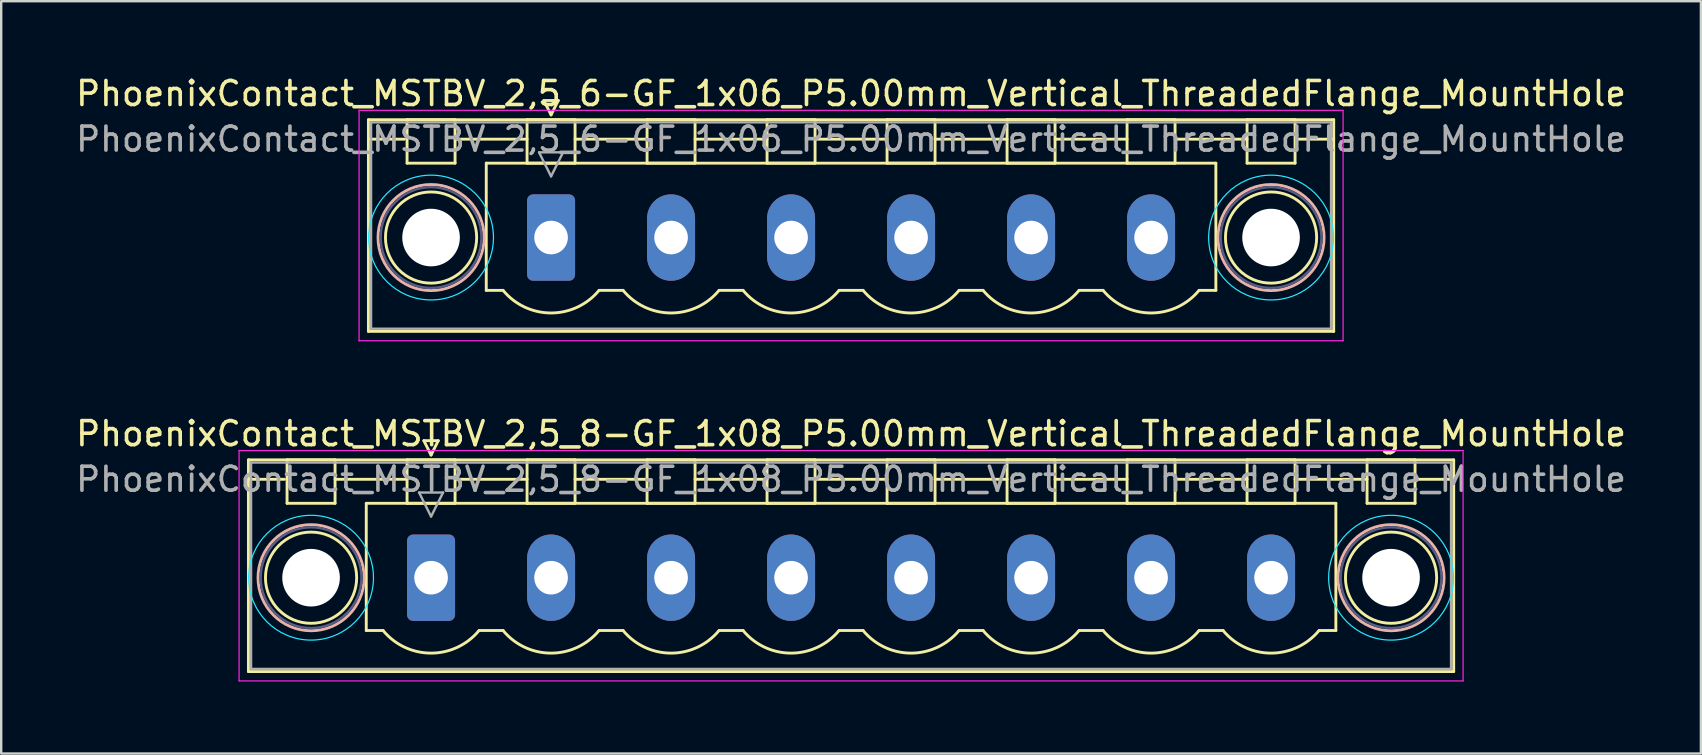
<source format=kicad_pcb>
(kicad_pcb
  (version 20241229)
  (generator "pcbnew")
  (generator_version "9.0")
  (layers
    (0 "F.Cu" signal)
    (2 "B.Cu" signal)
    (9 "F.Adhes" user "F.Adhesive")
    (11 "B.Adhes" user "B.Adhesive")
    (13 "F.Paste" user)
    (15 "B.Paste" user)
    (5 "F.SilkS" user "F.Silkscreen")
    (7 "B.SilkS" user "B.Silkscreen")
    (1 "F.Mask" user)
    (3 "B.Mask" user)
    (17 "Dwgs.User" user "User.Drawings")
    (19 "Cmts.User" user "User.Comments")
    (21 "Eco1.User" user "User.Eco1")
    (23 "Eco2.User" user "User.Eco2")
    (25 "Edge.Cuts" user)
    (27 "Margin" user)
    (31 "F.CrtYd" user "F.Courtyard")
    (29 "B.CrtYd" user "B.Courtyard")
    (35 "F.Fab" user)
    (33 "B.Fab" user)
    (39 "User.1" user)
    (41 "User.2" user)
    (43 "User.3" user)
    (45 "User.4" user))
  (footprint "PhoenixContact_MSTBV_2,5_6-GF_1x06_P5.00mm_Vertical_ThreadedFlange_MountHole"
    (layer "F.Cu")
    (at 19.911 6.848)
    (property "Reference" "PhoenixContact_MSTBV_2,5_6-GF_1x06_P5.00mm_Vertical_ThreadedFlange_MountHole" (at 12.5 -6 0) (layer "F.SilkS") (effects (font (size 1 1) (thickness 0.15))))
    (attr through_hole)
    (fp_line (start -7.61 -4.91) (end -7.61 3.91) (stroke (width 0.12) (type solid)) (layer "F.SilkS"))
    (fp_line (start -7.61 -4.1) (end -6.11 -4.1) (stroke (width 0.12) (type solid)) (layer "F.SilkS"))
    (fp_line (start -7.61 3.91) (end 32.61 3.91) (stroke (width 0.12) (type solid)) (layer "F.SilkS"))
    (fp_line (start -6 -4.91) (end -4 -4.91) (stroke (width 0.12) (type solid)) (layer "F.SilkS"))
    (fp_line (start -6 -3.1) (end -6 -4.91) (stroke (width 0.12) (type solid)) (layer "F.SilkS"))
    (fp_line (start -4 -4.91) (end -4 -3.1) (stroke (width 0.12) (type solid)) (layer "F.SilkS"))
    (fp_line (start -4 -4.1) (end -1 -4.1) (stroke (width 0.12) (type solid)) (layer "F.SilkS"))
    (fp_line (start -4 -3.1) (end -6 -3.1) (stroke (width 0.12) (type solid)) (layer "F.SilkS"))
    (fp_line (start -2.7 -3.1) (end 27.7 -3.1) (stroke (width 0.12) (type solid)) (layer "F.SilkS"))
    (fp_line (start -2.7 2.2) (end -2.7 -3.1) (stroke (width 0.12) (type solid)) (layer "F.SilkS"))
    (fp_line (start -2 2.2) (end -2.7 2.2) (stroke (width 0.12) (type solid)) (layer "F.SilkS"))
    (fp_line (start -1 -4.91) (end 1 -4.91) (stroke (width 0.12) (type solid)) (layer "F.SilkS"))
    (fp_line (start -1 -3.1) (end -1 -4.91) (stroke (width 0.12) (type solid)) (layer "F.SilkS"))
    (fp_line (start -0.3 -5.71) (end 0.3 -5.71) (stroke (width 0.12) (type solid)) (layer "F.SilkS"))
    (fp_line (start 0 -5.11) (end -0.3 -5.71) (stroke (width 0.12) (type solid)) (layer "F.SilkS"))
    (fp_line (start 0.3 -5.71) (end 0 -5.11) (stroke (width 0.12) (type solid)) (layer "F.SilkS"))
    (fp_line (start 1 -4.91) (end 1 -3.1) (stroke (width 0.12) (type solid)) (layer "F.SilkS"))
    (fp_line (start 1 -4.1) (end 4 -4.1) (stroke (width 0.12) (type solid)) (layer "F.SilkS"))
    (fp_line (start 1 -3.1) (end -1 -3.1) (stroke (width 0.12) (type solid)) (layer "F.SilkS"))
    (fp_line (start 2 2.2) (end 3 2.2) (stroke (width 0.12) (type solid)) (layer "F.SilkS"))
    (fp_line (start 4 -4.91) (end 6 -4.91) (stroke (width 0.12) (type solid)) (layer "F.SilkS"))
    (fp_line (start 4 -3.1) (end 4 -4.91) (stroke (width 0.12) (type solid)) (layer "F.SilkS"))
    (fp_line (start 6 -4.91) (end 6 -3.1) (stroke (width 0.12) (type solid)) (layer "F.SilkS"))
    (fp_line (start 6 -4.1) (end 9 -4.1) (stroke (width 0.12) (type solid)) (layer "F.SilkS"))
    (fp_line (start 6 -3.1) (end 4 -3.1) (stroke (width 0.12) (type solid)) (layer "F.SilkS"))
    (fp_line (start 7 2.2) (end 8 2.2) (stroke (width 0.12) (type solid)) (layer "F.SilkS"))
    (fp_line (start 9 -4.91) (end 11 -4.91) (stroke (width 0.12) (type solid)) (layer "F.SilkS"))
    (fp_line (start 9 -3.1) (end 9 -4.91) (stroke (width 0.12) (type solid)) (layer "F.SilkS"))
    (fp_line (start 11 -4.91) (end 11 -3.1) (stroke (width 0.12) (type solid)) (layer "F.SilkS"))
    (fp_line (start 11 -4.1) (end 14 -4.1) (stroke (width 0.12) (type solid)) (layer "F.SilkS"))
    (fp_line (start 11 -3.1) (end 9 -3.1) (stroke (width 0.12) (type solid)) (layer "F.SilkS"))
    (fp_line (start 12 2.2) (end 13 2.2) (stroke (width 0.12) (type solid)) (layer "F.SilkS"))
    (fp_line (start 14 -4.91) (end 16 -4.91) (stroke (width 0.12) (type solid)) (layer "F.SilkS"))
    (fp_line (start 14 -3.1) (end 14 -4.91) (stroke (width 0.12) (type solid)) (layer "F.SilkS"))
    (fp_line (start 16 -4.91) (end 16 -3.1) (stroke (width 0.12) (type solid)) (layer "F.SilkS"))
    (fp_line (start 16 -4.1) (end 19 -4.1) (stroke (width 0.12) (type solid)) (layer "F.SilkS"))
    (fp_line (start 16 -3.1) (end 14 -3.1) (stroke (width 0.12) (type solid)) (layer "F.SilkS"))
    (fp_line (start 17 2.2) (end 18 2.2) (stroke (width 0.12) (type solid)) (layer "F.SilkS"))
    (fp_line (start 19 -4.91) (end 21 -4.91) (stroke (width 0.12) (type solid)) (layer "F.SilkS"))
    (fp_line (start 19 -3.1) (end 19 -4.91) (stroke (width 0.12) (type solid)) (layer "F.SilkS"))
    (fp_line (start 21 -4.91) (end 21 -3.1) (stroke (width 0.12) (type solid)) (layer "F.SilkS"))
    (fp_line (start 21 -4.1) (end 24 -4.1) (stroke (width 0.12) (type solid)) (layer "F.SilkS"))
    (fp_line (start 21 -3.1) (end 19 -3.1) (stroke (width 0.12) (type solid)) (layer "F.SilkS"))
    (fp_line (start 22 2.2) (end 23 2.2) (stroke (width 0.12) (type solid)) (layer "F.SilkS"))
    (fp_line (start 24 -4.91) (end 26 -4.91) (stroke (width 0.12) (type solid)) (layer "F.SilkS"))
    (fp_line (start 24 -3.1) (end 24 -4.91) (stroke (width 0.12) (type solid)) (layer "F.SilkS"))
    (fp_line (start 26 -4.91) (end 26 -3.1) (stroke (width 0.12) (type solid)) (layer "F.SilkS"))
    (fp_line (start 26 -4.1) (end 29 -4.1) (stroke (width 0.12) (type solid)) (layer "F.SilkS"))
    (fp_line (start 26 -3.1) (end 24 -3.1) (stroke (width 0.12) (type solid)) (layer "F.SilkS"))
    (fp_line (start 27.7 -3.1) (end 27.7 2.2) (stroke (width 0.12) (type solid)) (layer "F.SilkS"))
    (fp_line (start 27.7 2.2) (end 27 2.2) (stroke (width 0.12) (type solid)) (layer "F.SilkS"))
    (fp_line (start 29 -4.91) (end 31 -4.91) (stroke (width 0.12) (type solid)) (layer "F.SilkS"))
    (fp_line (start 29 -3.1) (end 29 -4.91) (stroke (width 0.12) (type solid)) (layer "F.SilkS"))
    (fp_line (start 31 -4.91) (end 31 -3.1) (stroke (width 0.12) (type solid)) (layer "F.SilkS"))
    (fp_line (start 31 -3.1) (end 29 -3.1) (stroke (width 0.12) (type solid)) (layer "F.SilkS"))
    (fp_line (start 32.61 -4.91) (end -7.61 -4.91) (stroke (width 0.12) (type solid)) (layer "F.SilkS"))
    (fp_line (start 32.61 -4.1) (end 31.11 -4.1) (stroke (width 0.12) (type solid)) (layer "F.SilkS"))
    (fp_line (start 32.61 3.91) (end 32.61 -4.91) (stroke (width 0.12) (type solid)) (layer "F.SilkS"))
    (fp_arc (start 1.986842 2.215821) (mid -0.010289 3.142758) (end -2 2.2) (stroke (width 0.12) (type solid)) (layer "F.SilkS"))
    (fp_arc (start 6.986842 2.215821) (mid 4.989711 3.142758) (end 3 2.2) (stroke (width 0.12) (type solid)) (layer "F.SilkS"))
    (fp_arc (start 11.986842 2.215821) (mid 9.989711 3.142758) (end 8 2.2) (stroke (width 0.12) (type solid)) (layer "F.SilkS"))
    (fp_arc (start 16.986842 2.215821) (mid 14.989711 3.142758) (end 13 2.2) (stroke (width 0.12) (type solid)) (layer "F.SilkS"))
    (fp_arc (start 21.986842 2.215821) (mid 19.989711 3.142758) (end 18 2.2) (stroke (width 0.12) (type solid)) (layer "F.SilkS"))
    (fp_arc (start 26.986842 2.215821) (mid 24.989711 3.142758) (end 23 2.2) (stroke (width 0.12) (type solid)) (layer "F.SilkS"))
    (fp_circle (center -5 0) (end -3.1 0) (stroke (width 0.12) (type solid)) (fill no) (layer "F.SilkS"))
    (fp_circle (center 30 0) (end 31.9 0) (stroke (width 0.12) (type solid)) (fill no) (layer "F.SilkS"))
    (fp_circle (center -5 0) (end -2.79 0) (stroke (width 0.12) (type solid)) (fill no) (layer "B.SilkS"))
    (fp_circle (center 30 0) (end 32.21 0) (stroke (width 0.12) (type solid)) (fill no) (layer "B.SilkS"))
    (fp_circle (center -5 0) (end -2.4 0) (stroke (width 0.05) (type solid)) (fill no) (layer "B.CrtYd"))
    (fp_circle (center 30 0) (end 32.6 0) (stroke (width 0.05) (type solid)) (fill no) (layer "B.CrtYd"))
    (fp_line (start -8 -5.3) (end -8 4.3) (stroke (width 0.05) (type solid)) (layer "F.CrtYd"))
    (fp_line (start -8 4.3) (end 33 4.3) (stroke (width 0.05) (type solid)) (layer "F.CrtYd"))
    (fp_line (start 33 -5.3) (end -8 -5.3) (stroke (width 0.05) (type solid)) (layer "F.CrtYd"))
    (fp_line (start 33 4.3) (end 33 -5.3) (stroke (width 0.05) (type solid)) (layer "F.CrtYd"))
    (fp_circle (center -5 0) (end -2.9 0) (stroke (width 0.1) (type solid)) (fill no) (layer "B.Fab"))
    (fp_circle (center 30 0) (end 32.1 0) (stroke (width 0.1) (type solid)) (fill no) (layer "B.Fab"))
    (fp_line (start -7.5 -4.8) (end -7.5 3.8) (stroke (width 0.1) (type solid)) (layer "F.Fab"))
    (fp_line (start -7.5 3.8) (end 32.5 3.8) (stroke (width 0.1) (type solid)) (layer "F.Fab"))
    (fp_line (start -0.5 -3.55) (end 0.5 -3.55) (stroke (width 0.1) (type solid)) (layer "F.Fab"))
    (fp_line (start 0 -2.55) (end -0.5 -3.55) (stroke (width 0.1) (type solid)) (layer "F.Fab"))
    (fp_line (start 0.5 -3.55) (end 0 -2.55) (stroke (width 0.1) (type solid)) (layer "F.Fab"))
    (fp_line (start 32.5 -4.8) (end -7.5 -4.8) (stroke (width 0.1) (type solid)) (layer "F.Fab"))
    (fp_line (start 32.5 3.8) (end 32.5 -4.8) (stroke (width 0.1) (type solid)) (layer "F.Fab"))
    (fp_text user "${REFERENCE}" (at 12.5 -4.1 0) (layer "F.Fab") (effects (font (size 1 1) (thickness 0.15))))
    (pad "" np_thru_hole circle (at -5 0) (size 2.4 2.4) (drill 2.4) (layers "*.Cu" "*.Mask"))
    (pad "" np_thru_hole circle (at 30 0) (size 2.4 2.4) (drill 2.4) (layers "*.Cu" "*.Mask"))
    (pad "1" thru_hole roundrect (at 0 0) (size 2 3.6) (drill 1.4) (layers "*.Cu" "*.Mask") (roundrect_rratio 0.125))
    (pad "2" thru_hole oval (at 5 0) (size 2 3.6) (drill 1.4) (layers "*.Cu" "*.Mask"))
    (pad "3" thru_hole oval (at 10 0) (size 2 3.6) (drill 1.4) (layers "*.Cu" "*.Mask"))
    (pad "4" thru_hole oval (at 15 0) (size 2 3.6) (drill 1.4) (layers "*.Cu" "*.Mask"))
    (pad "5" thru_hole oval (at 20 0) (size 2 3.6) (drill 1.4) (layers "*.Cu" "*.Mask"))
    (pad "6" thru_hole oval (at 25 0) (size 2 3.6) (drill 1.4) (layers "*.Cu" "*.Mask")))
  (footprint "PhoenixContact_MSTBV_2,5_8-GF_1x08_P5.00mm_Vertical_ThreadedFlange_MountHole"
    (layer "F.Cu")
    (at 14.911 21.021)
    (property "Reference" "PhoenixContact_MSTBV_2,5_8-GF_1x08_P5.00mm_Vertical_ThreadedFlange_MountHole" (at 17.5 -6 0) (layer "F.SilkS") (effects (font (size 1 1) (thickness 0.15))))
    (attr through_hole)
    (fp_line (start -7.61 -4.91) (end -7.61 3.91) (stroke (width 0.12) (type solid)) (layer "F.SilkS"))
    (fp_line (start -7.61 -4.1) (end -6.11 -4.1) (stroke (width 0.12) (type solid)) (layer "F.SilkS"))
    (fp_line (start -7.61 3.91) (end 42.61 3.91) (stroke (width 0.12) (type solid)) (layer "F.SilkS"))
    (fp_line (start -6 -4.91) (end -4 -4.91) (stroke (width 0.12) (type solid)) (layer "F.SilkS"))
    (fp_line (start -6 -3.1) (end -6 -4.91) (stroke (width 0.12) (type solid)) (layer "F.SilkS"))
    (fp_line (start -4 -4.91) (end -4 -3.1) (stroke (width 0.12) (type solid)) (layer "F.SilkS"))
    (fp_line (start -4 -4.1) (end -1 -4.1) (stroke (width 0.12) (type solid)) (layer "F.SilkS"))
    (fp_line (start -4 -3.1) (end -6 -3.1) (stroke (width 0.12) (type solid)) (layer "F.SilkS"))
    (fp_line (start -2.7 -3.1) (end 37.7 -3.1) (stroke (width 0.12) (type solid)) (layer "F.SilkS"))
    (fp_line (start -2.7 2.2) (end -2.7 -3.1) (stroke (width 0.12) (type solid)) (layer "F.SilkS"))
    (fp_line (start -2 2.2) (end -2.7 2.2) (stroke (width 0.12) (type solid)) (layer "F.SilkS"))
    (fp_line (start -1 -4.91) (end 1 -4.91) (stroke (width 0.12) (type solid)) (layer "F.SilkS"))
    (fp_line (start -1 -3.1) (end -1 -4.91) (stroke (width 0.12) (type solid)) (layer "F.SilkS"))
    (fp_line (start -0.3 -5.71) (end 0.3 -5.71) (stroke (width 0.12) (type solid)) (layer "F.SilkS"))
    (fp_line (start 0 -5.11) (end -0.3 -5.71) (stroke (width 0.12) (type solid)) (layer "F.SilkS"))
    (fp_line (start 0.3 -5.71) (end 0 -5.11) (stroke (width 0.12) (type solid)) (layer "F.SilkS"))
    (fp_line (start 1 -4.91) (end 1 -3.1) (stroke (width 0.12) (type solid)) (layer "F.SilkS"))
    (fp_line (start 1 -4.1) (end 4 -4.1) (stroke (width 0.12) (type solid)) (layer "F.SilkS"))
    (fp_line (start 1 -3.1) (end -1 -3.1) (stroke (width 0.12) (type solid)) (layer "F.SilkS"))
    (fp_line (start 2 2.2) (end 3 2.2) (stroke (width 0.12) (type solid)) (layer "F.SilkS"))
    (fp_line (start 4 -4.91) (end 6 -4.91) (stroke (width 0.12) (type solid)) (layer "F.SilkS"))
    (fp_line (start 4 -3.1) (end 4 -4.91) (stroke (width 0.12) (type solid)) (layer "F.SilkS"))
    (fp_line (start 6 -4.91) (end 6 -3.1) (stroke (width 0.12) (type solid)) (layer "F.SilkS"))
    (fp_line (start 6 -4.1) (end 9 -4.1) (stroke (width 0.12) (type solid)) (layer "F.SilkS"))
    (fp_line (start 6 -3.1) (end 4 -3.1) (stroke (width 0.12) (type solid)) (layer "F.SilkS"))
    (fp_line (start 7 2.2) (end 8 2.2) (stroke (width 0.12) (type solid)) (layer "F.SilkS"))
    (fp_line (start 9 -4.91) (end 11 -4.91) (stroke (width 0.12) (type solid)) (layer "F.SilkS"))
    (fp_line (start 9 -3.1) (end 9 -4.91) (stroke (width 0.12) (type solid)) (layer "F.SilkS"))
    (fp_line (start 11 -4.91) (end 11 -3.1) (stroke (width 0.12) (type solid)) (layer "F.SilkS"))
    (fp_line (start 11 -4.1) (end 14 -4.1) (stroke (width 0.12) (type solid)) (layer "F.SilkS"))
    (fp_line (start 11 -3.1) (end 9 -3.1) (stroke (width 0.12) (type solid)) (layer "F.SilkS"))
    (fp_line (start 12 2.2) (end 13 2.2) (stroke (width 0.12) (type solid)) (layer "F.SilkS"))
    (fp_line (start 14 -4.91) (end 16 -4.91) (stroke (width 0.12) (type solid)) (layer "F.SilkS"))
    (fp_line (start 14 -3.1) (end 14 -4.91) (stroke (width 0.12) (type solid)) (layer "F.SilkS"))
    (fp_line (start 16 -4.91) (end 16 -3.1) (stroke (width 0.12) (type solid)) (layer "F.SilkS"))
    (fp_line (start 16 -4.1) (end 19 -4.1) (stroke (width 0.12) (type solid)) (layer "F.SilkS"))
    (fp_line (start 16 -3.1) (end 14 -3.1) (stroke (width 0.12) (type solid)) (layer "F.SilkS"))
    (fp_line (start 17 2.2) (end 18 2.2) (stroke (width 0.12) (type solid)) (layer "F.SilkS"))
    (fp_line (start 19 -4.91) (end 21 -4.91) (stroke (width 0.12) (type solid)) (layer "F.SilkS"))
    (fp_line (start 19 -3.1) (end 19 -4.91) (stroke (width 0.12) (type solid)) (layer "F.SilkS"))
    (fp_line (start 21 -4.91) (end 21 -3.1) (stroke (width 0.12) (type solid)) (layer "F.SilkS"))
    (fp_line (start 21 -4.1) (end 24 -4.1) (stroke (width 0.12) (type solid)) (layer "F.SilkS"))
    (fp_line (start 21 -3.1) (end 19 -3.1) (stroke (width 0.12) (type solid)) (layer "F.SilkS"))
    (fp_line (start 22 2.2) (end 23 2.2) (stroke (width 0.12) (type solid)) (layer "F.SilkS"))
    (fp_line (start 24 -4.91) (end 26 -4.91) (stroke (width 0.12) (type solid)) (layer "F.SilkS"))
    (fp_line (start 24 -3.1) (end 24 -4.91) (stroke (width 0.12) (type solid)) (layer "F.SilkS"))
    (fp_line (start 26 -4.91) (end 26 -3.1) (stroke (width 0.12) (type solid)) (layer "F.SilkS"))
    (fp_line (start 26 -4.1) (end 29 -4.1) (stroke (width 0.12) (type solid)) (layer "F.SilkS"))
    (fp_line (start 26 -3.1) (end 24 -3.1) (stroke (width 0.12) (type solid)) (layer "F.SilkS"))
    (fp_line (start 27 2.2) (end 28 2.2) (stroke (width 0.12) (type solid)) (layer "F.SilkS"))
    (fp_line (start 29 -4.91) (end 31 -4.91) (stroke (width 0.12) (type solid)) (layer "F.SilkS"))
    (fp_line (start 29 -3.1) (end 29 -4.91) (stroke (width 0.12) (type solid)) (layer "F.SilkS"))
    (fp_line (start 31 -4.91) (end 31 -3.1) (stroke (width 0.12) (type solid)) (layer "F.SilkS"))
    (fp_line (start 31 -4.1) (end 34 -4.1) (stroke (width 0.12) (type solid)) (layer "F.SilkS"))
    (fp_line (start 31 -3.1) (end 29 -3.1) (stroke (width 0.12) (type solid)) (layer "F.SilkS"))
    (fp_line (start 32 2.2) (end 33 2.2) (stroke (width 0.12) (type solid)) (layer "F.SilkS"))
    (fp_line (start 34 -4.91) (end 36 -4.91) (stroke (width 0.12) (type solid)) (layer "F.SilkS"))
    (fp_line (start 34 -3.1) (end 34 -4.91) (stroke (width 0.12) (type solid)) (layer "F.SilkS"))
    (fp_line (start 36 -4.91) (end 36 -3.1) (stroke (width 0.12) (type solid)) (layer "F.SilkS"))
    (fp_line (start 36 -4.1) (end 39 -4.1) (stroke (width 0.12) (type solid)) (layer "F.SilkS"))
    (fp_line (start 36 -3.1) (end 34 -3.1) (stroke (width 0.12) (type solid)) (layer "F.SilkS"))
    (fp_line (start 37.7 -3.1) (end 37.7 2.2) (stroke (width 0.12) (type solid)) (layer "F.SilkS"))
    (fp_line (start 37.7 2.2) (end 37 2.2) (stroke (width 0.12) (type solid)) (layer "F.SilkS"))
    (fp_line (start 39 -4.91) (end 41 -4.91) (stroke (width 0.12) (type solid)) (layer "F.SilkS"))
    (fp_line (start 39 -3.1) (end 39 -4.91) (stroke (width 0.12) (type solid)) (layer "F.SilkS"))
    (fp_line (start 41 -4.91) (end 41 -3.1) (stroke (width 0.12) (type solid)) (layer "F.SilkS"))
    (fp_line (start 41 -3.1) (end 39 -3.1) (stroke (width 0.12) (type solid)) (layer "F.SilkS"))
    (fp_line (start 42.61 -4.91) (end -7.61 -4.91) (stroke (width 0.12) (type solid)) (layer "F.SilkS"))
    (fp_line (start 42.61 -4.1) (end 41.11 -4.1) (stroke (width 0.12) (type solid)) (layer "F.SilkS"))
    (fp_line (start 42.61 3.91) (end 42.61 -4.91) (stroke (width 0.12) (type solid)) (layer "F.SilkS"))
    (fp_arc (start 1.986842 2.215821) (mid -0.010289 3.142758) (end -2 2.2) (stroke (width 0.12) (type solid)) (layer "F.SilkS"))
    (fp_arc (start 6.986842 2.215821) (mid 4.989711 3.142758) (end 3 2.2) (stroke (width 0.12) (type solid)) (layer "F.SilkS"))
    (fp_arc (start 11.986842 2.215821) (mid 9.989711 3.142758) (end 8 2.2) (stroke (width 0.12) (type solid)) (layer "F.SilkS"))
    (fp_arc (start 16.986842 2.215821) (mid 14.989711 3.142758) (end 13 2.2) (stroke (width 0.12) (type solid)) (layer "F.SilkS"))
    (fp_arc (start 21.986842 2.215821) (mid 19.989711 3.142758) (end 18 2.2) (stroke (width 0.12) (type solid)) (layer "F.SilkS"))
    (fp_arc (start 26.986842 2.215821) (mid 24.989711 3.142758) (end 23 2.2) (stroke (width 0.12) (type solid)) (layer "F.SilkS"))
    (fp_arc (start 31.986842 2.215821) (mid 29.989711 3.142758) (end 28 2.2) (stroke (width 0.12) (type solid)) (layer "F.SilkS"))
    (fp_arc (start 36.986842 2.215821) (mid 34.989711 3.142758) (end 33 2.2) (stroke (width 0.12) (type solid)) (layer "F.SilkS"))
    (fp_circle (center -5 0) (end -3.1 0) (stroke (width 0.12) (type solid)) (fill no) (layer "F.SilkS"))
    (fp_circle (center 40 0) (end 41.9 0) (stroke (width 0.12) (type solid)) (fill no) (layer "F.SilkS"))
    (fp_circle (center -5 0) (end -2.79 0) (stroke (width 0.12) (type solid)) (fill no) (layer "B.SilkS"))
    (fp_circle (center 40 0) (end 42.21 0) (stroke (width 0.12) (type solid)) (fill no) (layer "B.SilkS"))
    (fp_circle (center -5 0) (end -2.4 0) (stroke (width 0.05) (type solid)) (fill no) (layer "B.CrtYd"))
    (fp_circle (center 40 0) (end 42.6 0) (stroke (width 0.05) (type solid)) (fill no) (layer "B.CrtYd"))
    (fp_line (start -8 -5.3) (end -8 4.3) (stroke (width 0.05) (type solid)) (layer "F.CrtYd"))
    (fp_line (start -8 4.3) (end 43 4.3) (stroke (width 0.05) (type solid)) (layer "F.CrtYd"))
    (fp_line (start 43 -5.3) (end -8 -5.3) (stroke (width 0.05) (type solid)) (layer "F.CrtYd"))
    (fp_line (start 43 4.3) (end 43 -5.3) (stroke (width 0.05) (type solid)) (layer "F.CrtYd"))
    (fp_circle (center -5 0) (end -2.9 0) (stroke (width 0.1) (type solid)) (fill no) (layer "B.Fab"))
    (fp_circle (center 40 0) (end 42.1 0) (stroke (width 0.1) (type solid)) (fill no) (layer "B.Fab"))
    (fp_line (start -7.5 -4.8) (end -7.5 3.8) (stroke (width 0.1) (type solid)) (layer "F.Fab"))
    (fp_line (start -7.5 3.8) (end 42.5 3.8) (stroke (width 0.1) (type solid)) (layer "F.Fab"))
    (fp_line (start -0.5 -3.55) (end 0.5 -3.55) (stroke (width 0.1) (type solid)) (layer "F.Fab"))
    (fp_line (start 0 -2.55) (end -0.5 -3.55) (stroke (width 0.1) (type solid)) (layer "F.Fab"))
    (fp_line (start 0.5 -3.55) (end 0 -2.55) (stroke (width 0.1) (type solid)) (layer "F.Fab"))
    (fp_line (start 42.5 -4.8) (end -7.5 -4.8) (stroke (width 0.1) (type solid)) (layer "F.Fab"))
    (fp_line (start 42.5 3.8) (end 42.5 -4.8) (stroke (width 0.1) (type solid)) (layer "F.Fab"))
    (fp_text user "${REFERENCE}" (at 17.5 -4.1 0) (layer "F.Fab") (effects (font (size 1 1) (thickness 0.15))))
    (pad "" np_thru_hole circle (at -5 0) (size 2.4 2.4) (drill 2.4) (layers "*.Cu" "*.Mask"))
    (pad "" np_thru_hole circle (at 40 0) (size 2.4 2.4) (drill 2.4) (layers "*.Cu" "*.Mask"))
    (pad "1" thru_hole roundrect (at 0 0) (size 2 3.6) (drill 1.4) (layers "*.Cu" "*.Mask") (roundrect_rratio 0.125))
    (pad "2" thru_hole oval (at 5 0) (size 2 3.6) (drill 1.4) (layers "*.Cu" "*.Mask"))
    (pad "3" thru_hole oval (at 10 0) (size 2 3.6) (drill 1.4) (layers "*.Cu" "*.Mask"))
    (pad "4" thru_hole oval (at 15 0) (size 2 3.6) (drill 1.4) (layers "*.Cu" "*.Mask"))
    (pad "5" thru_hole oval (at 20 0) (size 2 3.6) (drill 1.4) (layers "*.Cu" "*.Mask"))
    (pad "6" thru_hole oval (at 25 0) (size 2 3.6) (drill 1.4) (layers "*.Cu" "*.Mask"))
    (pad "7" thru_hole oval (at 30 0) (size 2 3.6) (drill 1.4) (layers "*.Cu" "*.Mask"))
    (pad "8" thru_hole oval (at 35 0) (size 2 3.6) (drill 1.4) (layers "*.Cu" "*.Mask")))
  (gr_rect
    (start -3 -3)
    (end 67.821 28.346)
    (stroke (width 0.1) (type default))
    (fill no)
    (layer "Edge.Cuts")))
</source>
